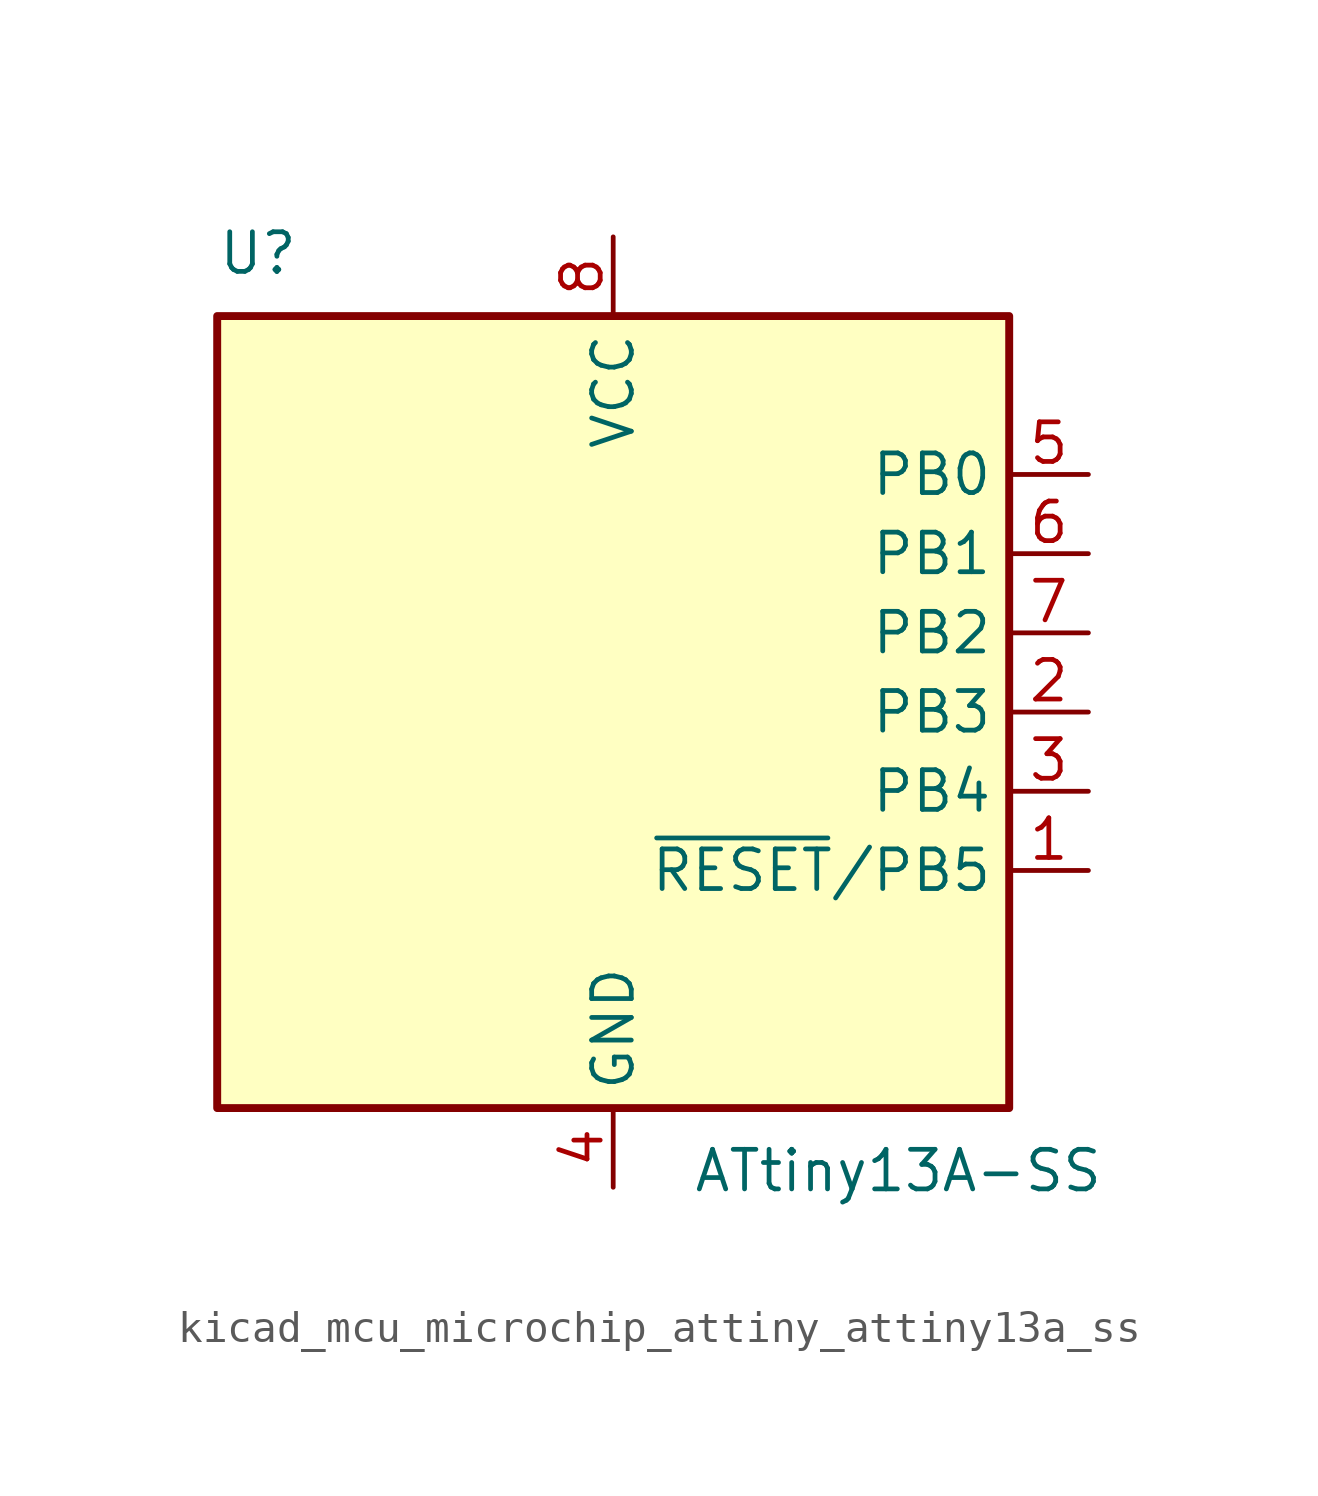
<source format=kicad_sym>
(kicad_symbol_lib
  (version 20220914)
  (generator kicad_symbol_editor)
  (symbol "kicad_mcu_microchip_attiny_attiny13a_ss"
    (property "Reference" "U"
      (at -12.7 13.97 0)
      (effects (font (size 1.27 1.27)) (justify left bottom)))
    (property "Value" "ATtiny13A-SS"
      (at 2.54 -13.97 0)
      (effects (font (size 1.27 1.27)) (justify left top)))
    (symbol "kicad_mcu_microchip_attiny_attiny13a_ss_0_1"
      (rectangle (start -12.7 -12.7) (end 12.7 12.7) (stroke (width 0.254) (type default)) (fill (type background))))
    (symbol "kicad_mcu_microchip_attiny_attiny13a_ss_1_1"
      (pin bidirectional line (at 15.24 -5.08 180) (length 2.54) (name "~{RESET}/PB5" (effects (font (size 1.27 1.27)))) (number "1" (effects (font (size 1.27 1.27)))))
      (pin bidirectional line (at 15.24 0 180) (length 2.54) (name "PB3" (effects (font (size 1.27 1.27)))) (number "2" (effects (font (size 1.27 1.27)))))
      (pin bidirectional line (at 15.24 -2.54 180) (length 2.54) (name "PB4" (effects (font (size 1.27 1.27)))) (number "3" (effects (font (size 1.27 1.27)))))
      (pin power_in line (at 0 -15.24 90) (length 2.54) (name "GND" (effects (font (size 1.27 1.27)))) (number "4" (effects (font (size 1.27 1.27)))))
      (pin bidirectional line (at 15.24 7.62 180) (length 2.54) (name "PB0" (effects (font (size 1.27 1.27)))) (number "5" (effects (font (size 1.27 1.27)))))
      (pin bidirectional line (at 15.24 5.08 180) (length 2.54) (name "PB1" (effects (font (size 1.27 1.27)))) (number "6" (effects (font (size 1.27 1.27)))))
      (pin bidirectional line (at 15.24 2.54 180) (length 2.54) (name "PB2" (effects (font (size 1.27 1.27)))) (number "7" (effects (font (size 1.27 1.27)))))
      (pin power_in line (at 0 15.24 270) (length 2.54) (name "VCC" (effects (font (size 1.27 1.27)))) (number "8" (effects (font (size 1.27 1.27))))))))
</source>
